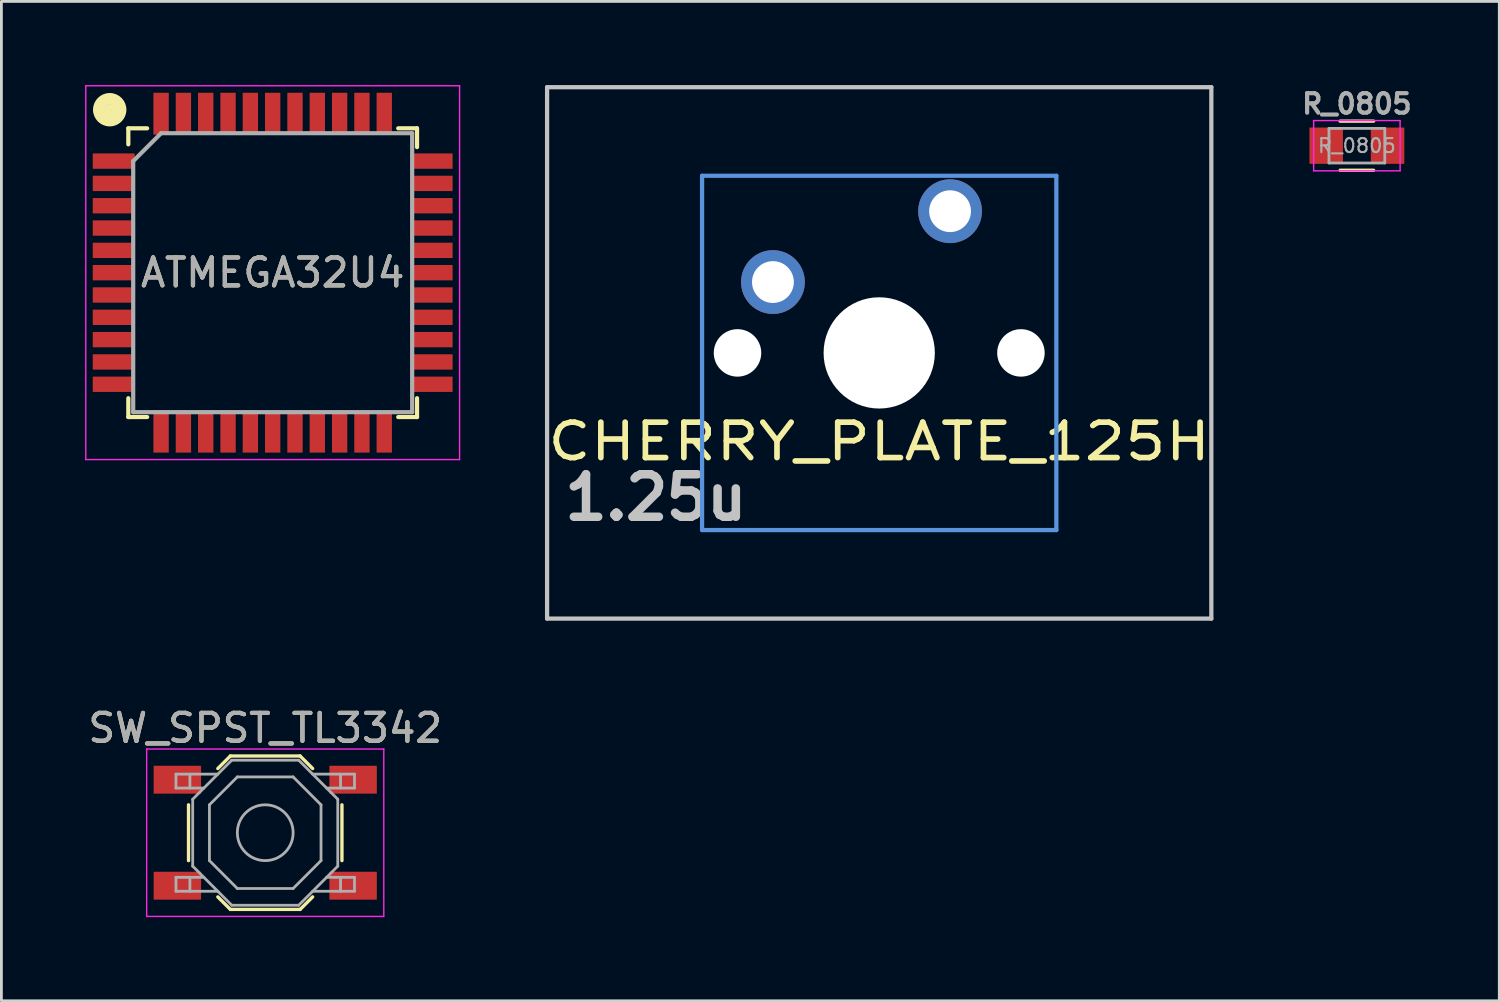
<source format=kicad_pcb>
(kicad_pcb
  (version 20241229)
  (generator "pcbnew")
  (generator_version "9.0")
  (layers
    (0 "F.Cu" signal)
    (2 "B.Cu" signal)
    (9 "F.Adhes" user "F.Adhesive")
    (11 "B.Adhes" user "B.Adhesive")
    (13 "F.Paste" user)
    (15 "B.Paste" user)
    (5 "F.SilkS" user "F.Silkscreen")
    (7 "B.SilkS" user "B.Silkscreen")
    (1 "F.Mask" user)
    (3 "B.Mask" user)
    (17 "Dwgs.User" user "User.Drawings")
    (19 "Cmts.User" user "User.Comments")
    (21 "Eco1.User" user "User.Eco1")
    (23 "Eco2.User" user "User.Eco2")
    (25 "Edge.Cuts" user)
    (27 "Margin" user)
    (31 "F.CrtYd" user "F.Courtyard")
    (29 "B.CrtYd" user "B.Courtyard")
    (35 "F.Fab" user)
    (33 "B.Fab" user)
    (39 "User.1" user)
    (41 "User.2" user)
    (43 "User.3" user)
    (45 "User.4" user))
  (footprint "SW_SPST_TL3342"
    (layer "F.Cu")
    (at 6.458 26.801)
    (property "Reference" "SW_SPST_TL3342" (at 0 -3.75 0) (layer "F.SilkS") (effects (font (size 1 1) (thickness 0.15))))
    (attr smd)
    (fp_line (start -2.75 -1) (end -2.75 1) (stroke (width 0.12) (type solid)) (layer "F.SilkS"))
    (fp_line (start -1.7 -2.3) (end -1.25 -2.75) (stroke (width 0.12) (type solid)) (layer "F.SilkS"))
    (fp_line (start -1.7 2.3) (end -1.25 2.75) (stroke (width 0.12) (type solid)) (layer "F.SilkS"))
    (fp_line (start -1.25 -2.75) (end 1.25 -2.75) (stroke (width 0.12) (type solid)) (layer "F.SilkS"))
    (fp_line (start -1.25 2.75) (end 1.25 2.75) (stroke (width 0.12) (type solid)) (layer "F.SilkS"))
    (fp_line (start 1.7 -2.3) (end 1.25 -2.75) (stroke (width 0.12) (type solid)) (layer "F.SilkS"))
    (fp_line (start 1.7 2.3) (end 1.25 2.75) (stroke (width 0.12) (type solid)) (layer "F.SilkS"))
    (fp_line (start 2.75 -1) (end 2.75 1) (stroke (width 0.12) (type solid)) (layer "F.SilkS"))
    (fp_line (start -4.25 -3) (end 4.25 -3) (stroke (width 0.05) (type solid)) (layer "F.CrtYd"))
    (fp_line (start -4.25 3) (end -4.25 -3) (stroke (width 0.05) (type solid)) (layer "F.CrtYd"))
    (fp_line (start 4.25 -3) (end 4.25 3) (stroke (width 0.05) (type solid)) (layer "F.CrtYd"))
    (fp_line (start 4.25 3) (end -4.25 3) (stroke (width 0.05) (type solid)) (layer "F.CrtYd"))
    (fp_line (start -3.2 -2.1) (end -3.2 -1.6) (stroke (width 0.1) (type solid)) (layer "F.Fab"))
    (fp_line (start -3.2 -1.6) (end -2.2 -1.6) (stroke (width 0.1) (type solid)) (layer "F.Fab"))
    (fp_line (start -3.2 1.6) (end -2.2 1.6) (stroke (width 0.1) (type solid)) (layer "F.Fab"))
    (fp_line (start -3.2 2.1) (end -3.2 1.6) (stroke (width 0.1) (type solid)) (layer "F.Fab"))
    (fp_line (start -2.7 -2.1) (end -2.7 -1.6) (stroke (width 0.1) (type solid)) (layer "F.Fab"))
    (fp_line (start -2.7 2.1) (end -2.7 1.6) (stroke (width 0.1) (type solid)) (layer "F.Fab"))
    (fp_line (start -2.6 -1.2) (end -2.6 1.2) (stroke (width 0.1) (type solid)) (layer "F.Fab"))
    (fp_line (start -2.6 1.2) (end -1.2 2.6) (stroke (width 0.1) (type solid)) (layer "F.Fab"))
    (fp_line (start -2 -1) (end -1 -2) (stroke (width 0.1) (type solid)) (layer "F.Fab"))
    (fp_line (start -2 1) (end -2 -1) (stroke (width 0.1) (type solid)) (layer "F.Fab"))
    (fp_line (start -1.7 -2.1) (end -3.2 -2.1) (stroke (width 0.1) (type solid)) (layer "F.Fab"))
    (fp_line (start -1.7 2.1) (end -3.2 2.1) (stroke (width 0.1) (type solid)) (layer "F.Fab"))
    (fp_line (start -1.2 -2.6) (end -2.6 -1.2) (stroke (width 0.1) (type solid)) (layer "F.Fab"))
    (fp_line (start -1.2 2.6) (end 1.2 2.6) (stroke (width 0.1) (type solid)) (layer "F.Fab"))
    (fp_line (start -1 -2) (end 1 -2) (stroke (width 0.1) (type solid)) (layer "F.Fab"))
    (fp_line (start -1 2) (end -2 1) (stroke (width 0.1) (type solid)) (layer "F.Fab"))
    (fp_line (start 1 -2) (end 2 -1) (stroke (width 0.1) (type solid)) (layer "F.Fab"))
    (fp_line (start 1 2) (end -1 2) (stroke (width 0.1) (type solid)) (layer "F.Fab"))
    (fp_line (start 1.2 -2.6) (end -1.2 -2.6) (stroke (width 0.1) (type solid)) (layer "F.Fab"))
    (fp_line (start 1.2 2.6) (end 2.6 1.2) (stroke (width 0.1) (type solid)) (layer "F.Fab"))
    (fp_line (start 1.7 -2.1) (end 3.2 -2.1) (stroke (width 0.1) (type solid)) (layer "F.Fab"))
    (fp_line (start 1.7 2.1) (end 3.2 2.1) (stroke (width 0.1) (type solid)) (layer "F.Fab"))
    (fp_line (start 2 -1) (end 2 1) (stroke (width 0.1) (type solid)) (layer "F.Fab"))
    (fp_line (start 2 1) (end 1 2) (stroke (width 0.1) (type solid)) (layer "F.Fab"))
    (fp_line (start 2.6 -1.2) (end 1.2 -2.6) (stroke (width 0.1) (type solid)) (layer "F.Fab"))
    (fp_line (start 2.6 1.2) (end 2.6 -1.2) (stroke (width 0.1) (type solid)) (layer "F.Fab"))
    (fp_line (start 2.7 -2.1) (end 2.7 -1.6) (stroke (width 0.1) (type solid)) (layer "F.Fab"))
    (fp_line (start 2.7 2.1) (end 2.7 1.6) (stroke (width 0.1) (type solid)) (layer "F.Fab"))
    (fp_line (start 3.2 -2.1) (end 3.2 -1.6) (stroke (width 0.1) (type solid)) (layer "F.Fab"))
    (fp_line (start 3.2 -1.6) (end 2.2 -1.6) (stroke (width 0.1) (type solid)) (layer "F.Fab"))
    (fp_line (start 3.2 1.6) (end 2.2 1.6) (stroke (width 0.1) (type solid)) (layer "F.Fab"))
    (fp_line (start 3.2 2.1) (end 3.2 1.6) (stroke (width 0.1) (type solid)) (layer "F.Fab"))
    (fp_circle (center 0 0) (end 1 0) (stroke (width 0.1) (type solid)) (fill no) (layer "F.Fab"))
    (fp_text user "${REFERENCE}" (at 0 -3.75 0) (layer "F.Fab") (effects (font (size 1 1) (thickness 0.15))))
    (pad "1" smd rect (at -3.15 -1.9 180) (size 1.7 1) (layers "F.Cu" "F.Mask" "F.Paste"))
    (pad "1" smd rect (at 3.15 -1.9 180) (size 1.7 1) (layers "F.Cu" "F.Mask" "F.Paste"))
    (pad "2" smd rect (at -3.15 1.9 180) (size 1.7 1) (layers "F.Cu" "F.Mask" "F.Paste"))
    (pad "2" smd rect (at 3.15 1.9 180) (size 1.7 1) (layers "F.Cu" "F.Mask" "F.Paste")))
  (footprint "CHERRY_PLATE_125H"
    (layer "F.Cu")
    (at 28.468 9.601)
    (property "Reference" "CHERRY_PLATE_125H" (at 0 3.175 0) (layer "F.SilkS") (effects (font (size 1.27 1.524) (thickness 0.203))))
    (attr through_hole)
    (fp_line (start -11.906 -9.525) (end 11.906 -9.525) (stroke (width 0.152) (type solid)) (layer "Dwgs.User"))
    (fp_line (start -11.906 9.525) (end -11.906 -9.525) (stroke (width 0.152) (type solid)) (layer "Dwgs.User"))
    (fp_line (start 11.906 -9.525) (end 11.906 9.525) (stroke (width 0.152) (type solid)) (layer "Dwgs.User"))
    (fp_line (start 11.906 9.525) (end -11.906 9.525) (stroke (width 0.152) (type solid)) (layer "Dwgs.User"))
    (fp_line (start -6.35 -6.35) (end 6.35 -6.35) (stroke (width 0.152) (type solid)) (layer "Cmts.User"))
    (fp_line (start -6.35 6.35) (end -6.35 -6.35) (stroke (width 0.152) (type solid)) (layer "Cmts.User"))
    (fp_line (start 6.35 -6.35) (end 6.35 6.35) (stroke (width 0.152) (type solid)) (layer "Cmts.User"))
    (fp_line (start 6.35 6.35) (end -6.35 6.35) (stroke (width 0.152) (type solid)) (layer "Cmts.User"))
    (fp_text user "1.25u" (at -8.007 5.185 0) (layer "Dwgs.User") (effects (font (size 1.524 1.524) (thickness 0.305))))
    (pad "" np_thru_hole circle (at -5.08 0) (size 1.702 1.702) (drill 1.702) (layers "*.Cu" "*.Mask"))
    (pad "" np_thru_hole circle (at 0 0) (size 3.988 3.988) (drill 3.988) (layers "*.Cu" "*.Mask"))
    (pad "" np_thru_hole circle (at 5.08 0) (size 1.702 1.702) (drill 1.702) (layers "*.Cu" "*.Mask"))
    (pad "1" thru_hole circle (at 2.54 -5.08) (size 2.286 2.286) (drill 1.499) (layers "*.Cu" "B.Mask"))
    (pad "2" thru_hole circle (at -3.81 -2.54) (size 2.286 2.286) (drill 1.499) (layers "*.Cu" "B.Mask")))
  (footprint "ATMEGA32U4"
    (layer "F.Cu")
    (at 6.725 6.725)
    (property "Reference" "ATMEGA32U4" (at 0 0 0) (layer "F.SilkS") (effects (font (size 1 1) (thickness 0.15))))
    (attr smd)
    (fp_line (start -5.969 -5.842) (end -5.842 -5.842) (stroke (width 0.15) (type solid)) (layer "F.SilkS"))
    (fp_line (start -5.175 -5.175) (end -5.175 -4.6) (stroke (width 0.15) (type solid)) (layer "F.SilkS"))
    (fp_line (start -5.175 -5.175) (end -4.5 -5.175) (stroke (width 0.15) (type solid)) (layer "F.SilkS"))
    (fp_line (start -5.175 5.175) (end -5.175 4.5) (stroke (width 0.15) (type solid)) (layer "F.SilkS"))
    (fp_line (start -5.175 5.175) (end -4.5 5.175) (stroke (width 0.15) (type solid)) (layer "F.SilkS"))
    (fp_line (start 5.175 -5.175) (end 4.5 -5.175) (stroke (width 0.15) (type solid)) (layer "F.SilkS"))
    (fp_line (start 5.175 -5.175) (end 5.175 -4.5) (stroke (width 0.15) (type solid)) (layer "F.SilkS"))
    (fp_line (start 5.175 5.175) (end 4.5 5.175) (stroke (width 0.15) (type solid)) (layer "F.SilkS"))
    (fp_line (start 5.175 5.175) (end 5.175 4.5) (stroke (width 0.15) (type solid)) (layer "F.SilkS"))
    (fp_circle (center -5.842 -5.842) (end -5.842 -5.715) (stroke (width 0.15) (type solid)) (fill no) (layer "F.SilkS"))
    (fp_circle (center -5.842 -5.842) (end -5.842 -5.588) (stroke (width 0.15) (type solid)) (fill no) (layer "F.SilkS"))
    (fp_circle (center -5.842 -5.842) (end -5.715 -5.588) (stroke (width 0.15) (type solid)) (fill no) (layer "F.SilkS"))
    (fp_circle (center -5.842 -5.842) (end -5.715 -5.461) (stroke (width 0.15) (type solid)) (fill no) (layer "F.SilkS"))
    (fp_circle (center -5.842 -5.842) (end -5.715 -5.334) (stroke (width 0.15) (type solid)) (fill no) (layer "F.SilkS"))
    (fp_line (start -6.7 -6.7) (end -6.7 6.7) (stroke (width 0.05) (type solid)) (layer "F.CrtYd"))
    (fp_line (start -6.7 -6.7) (end 6.7 -6.7) (stroke (width 0.05) (type solid)) (layer "F.CrtYd"))
    (fp_line (start -6.7 6.7) (end 6.7 6.7) (stroke (width 0.05) (type solid)) (layer "F.CrtYd"))
    (fp_line (start 6.7 -6.7) (end 6.7 6.7) (stroke (width 0.05) (type solid)) (layer "F.CrtYd"))
    (fp_line (start -5 -4) (end -4 -5) (stroke (width 0.15) (type solid)) (layer "F.Fab"))
    (fp_line (start -5 5) (end -5 -4) (stroke (width 0.15) (type solid)) (layer "F.Fab"))
    (fp_line (start -4 -5) (end 5 -5) (stroke (width 0.15) (type solid)) (layer "F.Fab"))
    (fp_line (start 5 -5) (end 5 5) (stroke (width 0.15) (type solid)) (layer "F.Fab"))
    (fp_line (start 5 5) (end -5 5) (stroke (width 0.15) (type solid)) (layer "F.Fab"))
    (fp_text user "${REFERENCE}" (at 0 0 0) (layer "F.Fab") (effects (font (size 1 1) (thickness 0.15))))
    (pad "1" smd rect (at -5.7 -4) (size 1.5 0.55) (layers "F.Cu" "F.Mask" "F.Paste"))
    (pad "2" smd rect (at -5.7 -3.2) (size 1.5 0.55) (layers "F.Cu" "F.Mask" "F.Paste"))
    (pad "3" smd rect (at -5.7 -2.4) (size 1.5 0.55) (layers "F.Cu" "F.Mask" "F.Paste"))
    (pad "4" smd rect (at -5.7 -1.6) (size 1.5 0.55) (layers "F.Cu" "F.Mask" "F.Paste"))
    (pad "5" smd rect (at -5.7 -0.8) (size 1.5 0.55) (layers "F.Cu" "F.Mask" "F.Paste"))
    (pad "6" smd rect (at -5.7 0) (size 1.5 0.55) (layers "F.Cu" "F.Mask" "F.Paste"))
    (pad "7" smd rect (at -5.7 0.8) (size 1.5 0.55) (layers "F.Cu" "F.Mask" "F.Paste"))
    (pad "8" smd rect (at -5.7 1.6) (size 1.5 0.55) (layers "F.Cu" "F.Mask" "F.Paste"))
    (pad "9" smd rect (at -5.7 2.4) (size 1.5 0.55) (layers "F.Cu" "F.Mask" "F.Paste"))
    (pad "10" smd rect (at -5.7 3.2) (size 1.5 0.55) (layers "F.Cu" "F.Mask" "F.Paste"))
    (pad "11" smd rect (at -5.7 4) (size 1.5 0.55) (layers "F.Cu" "F.Mask" "F.Paste"))
    (pad "12" smd rect (at -4 5.7 90) (size 1.5 0.55) (layers "F.Cu" "F.Mask" "F.Paste"))
    (pad "13" smd rect (at -3.2 5.7 90) (size 1.5 0.55) (layers "F.Cu" "F.Mask" "F.Paste"))
    (pad "14" smd rect (at -2.4 5.7 90) (size 1.5 0.55) (layers "F.Cu" "F.Mask" "F.Paste"))
    (pad "15" smd rect (at -1.6 5.7 90) (size 1.5 0.55) (layers "F.Cu" "F.Mask" "F.Paste"))
    (pad "16" smd rect (at -0.8 5.7 90) (size 1.5 0.55) (layers "F.Cu" "F.Mask" "F.Paste"))
    (pad "17" smd rect (at 0 5.7 90) (size 1.5 0.55) (layers "F.Cu" "F.Mask" "F.Paste"))
    (pad "18" smd rect (at 0.8 5.7 90) (size 1.5 0.55) (layers "F.Cu" "F.Mask" "F.Paste"))
    (pad "19" smd rect (at 1.6 5.7 90) (size 1.5 0.55) (layers "F.Cu" "F.Mask" "F.Paste"))
    (pad "20" smd rect (at 2.4 5.7 90) (size 1.5 0.55) (layers "F.Cu" "F.Mask" "F.Paste"))
    (pad "21" smd rect (at 3.2 5.7 90) (size 1.5 0.55) (layers "F.Cu" "F.Mask" "F.Paste"))
    (pad "22" smd rect (at 4 5.7 90) (size 1.5 0.55) (layers "F.Cu" "F.Mask" "F.Paste"))
    (pad "23" smd rect (at 5.7 4) (size 1.5 0.55) (layers "F.Cu" "F.Mask" "F.Paste"))
    (pad "24" smd rect (at 5.7 3.2) (size 1.5 0.55) (layers "F.Cu" "F.Mask" "F.Paste"))
    (pad "25" smd rect (at 5.7 2.4) (size 1.5 0.55) (layers "F.Cu" "F.Mask" "F.Paste"))
    (pad "26" smd rect (at 5.7 1.6) (size 1.5 0.55) (layers "F.Cu" "F.Mask" "F.Paste"))
    (pad "27" smd rect (at 5.7 0.8) (size 1.5 0.55) (layers "F.Cu" "F.Mask" "F.Paste"))
    (pad "28" smd rect (at 5.7 0) (size 1.5 0.55) (layers "F.Cu" "F.Mask" "F.Paste"))
    (pad "29" smd rect (at 5.7 -0.8) (size 1.5 0.55) (layers "F.Cu" "F.Mask" "F.Paste"))
    (pad "30" smd rect (at 5.7 -1.6) (size 1.5 0.55) (layers "F.Cu" "F.Mask" "F.Paste"))
    (pad "31" smd rect (at 5.7 -2.4) (size 1.5 0.55) (layers "F.Cu" "F.Mask" "F.Paste"))
    (pad "32" smd rect (at 5.7 -3.2) (size 1.5 0.55) (layers "F.Cu" "F.Mask" "F.Paste"))
    (pad "33" smd rect (at 5.7 -4) (size 1.5 0.55) (layers "F.Cu" "F.Mask" "F.Paste"))
    (pad "34" smd rect (at 4 -5.7 90) (size 1.5 0.55) (layers "F.Cu" "F.Mask" "F.Paste"))
    (pad "35" smd rect (at 3.2 -5.7 90) (size 1.5 0.55) (layers "F.Cu" "F.Mask" "F.Paste"))
    (pad "36" smd rect (at 2.4 -5.7 90) (size 1.5 0.55) (layers "F.Cu" "F.Mask" "F.Paste"))
    (pad "37" smd rect (at 1.6 -5.7 90) (size 1.5 0.55) (layers "F.Cu" "F.Mask" "F.Paste"))
    (pad "38" smd rect (at 0.8 -5.7 90) (size 1.5 0.55) (layers "F.Cu" "F.Mask" "F.Paste"))
    (pad "39" smd rect (at 0 -5.7 90) (size 1.5 0.55) (layers "F.Cu" "F.Mask" "F.Paste"))
    (pad "40" smd rect (at -0.8 -5.7 90) (size 1.5 0.55) (layers "F.Cu" "F.Mask" "F.Paste"))
    (pad "41" smd rect (at -1.6 -5.7 90) (size 1.5 0.55) (layers "F.Cu" "F.Mask" "F.Paste"))
    (pad "42" smd rect (at -2.4 -5.7 90) (size 1.5 0.55) (layers "F.Cu" "F.Mask" "F.Paste"))
    (pad "43" smd rect (at -3.2 -5.7 90) (size 1.5 0.55) (layers "F.Cu" "F.Mask" "F.Paste"))
    (pad "44" smd rect (at -4 -5.7 90) (size 1.5 0.55) (layers "F.Cu" "F.Mask" "F.Paste")))
  (footprint "R_0805"
    (layer "F.Cu")
    (at 45.591 2.173)
    (property "Reference" "R_0805" (at 0 -1.5 0) (layer "F.Fab") (effects (font (size 0.7 0.7) (thickness 0.15))))
    (attr smd)
    (fp_line (start -0.6 -0.88) (end 0.6 -0.88) (stroke (width 0.12) (type solid)) (layer "F.SilkS"))
    (fp_line (start 0.6 0.88) (end -0.6 0.88) (stroke (width 0.12) (type solid)) (layer "F.SilkS"))
    (fp_line (start -1.55 -0.9) (end -1.55 0.9) (stroke (width 0.05) (type solid)) (layer "F.CrtYd"))
    (fp_line (start -1.55 -0.9) (end 1.55 -0.9) (stroke (width 0.05) (type solid)) (layer "F.CrtYd"))
    (fp_line (start 1.55 0.9) (end -1.55 0.9) (stroke (width 0.05) (type solid)) (layer "F.CrtYd"))
    (fp_line (start 1.55 0.9) (end 1.55 -0.9) (stroke (width 0.05) (type solid)) (layer "F.CrtYd"))
    (fp_line (start -1 -0.62) (end 1 -0.62) (stroke (width 0.1) (type solid)) (layer "F.Fab"))
    (fp_line (start -1 0.62) (end -1 -0.62) (stroke (width 0.1) (type solid)) (layer "F.Fab"))
    (fp_line (start 1 -0.62) (end 1 0.62) (stroke (width 0.1) (type solid)) (layer "F.Fab"))
    (fp_line (start 1 0.62) (end -1 0.62) (stroke (width 0.1) (type solid)) (layer "F.Fab"))
    (fp_text user "${REFERENCE}" (at 0 0 0) (layer "F.Fab") (effects (font (size 0.5 0.5) (thickness 0.075))))
    (pad "1" smd rect (at -1.1 0 180) (size 1.2 1.3) (layers "F.Cu" "F.Mask" "F.Paste"))
    (pad "2" smd rect (at 1.1 0 180) (size 1.2 1.3) (layers "F.Cu" "F.Mask" "F.Paste")))
  (gr_rect
    (start -3 -3)
    (end 50.696 32.826)
    (stroke (width 0.1) (type default))
    (fill no)
    (layer "Edge.Cuts")))
</source>
